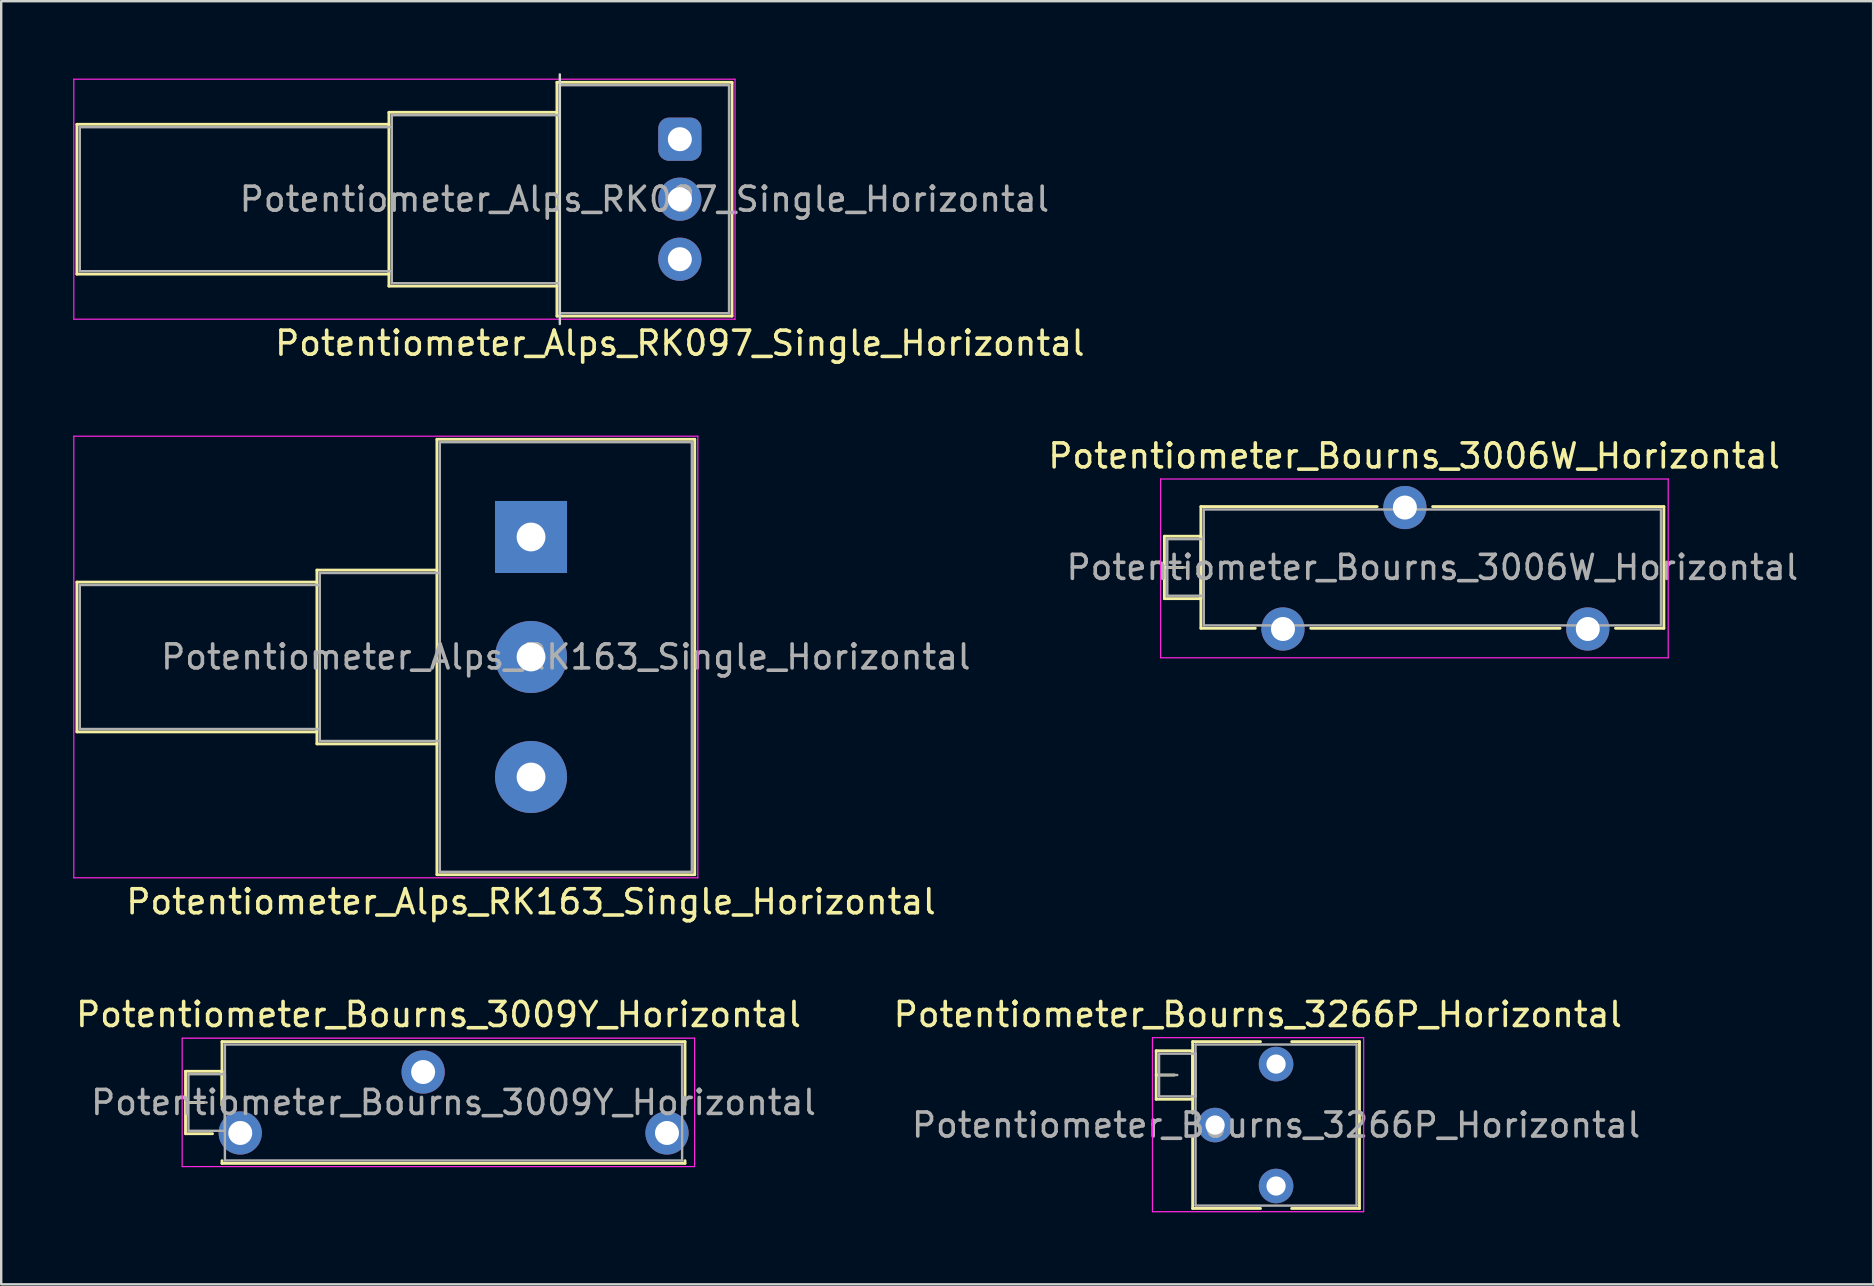
<source format=kicad_pcb>
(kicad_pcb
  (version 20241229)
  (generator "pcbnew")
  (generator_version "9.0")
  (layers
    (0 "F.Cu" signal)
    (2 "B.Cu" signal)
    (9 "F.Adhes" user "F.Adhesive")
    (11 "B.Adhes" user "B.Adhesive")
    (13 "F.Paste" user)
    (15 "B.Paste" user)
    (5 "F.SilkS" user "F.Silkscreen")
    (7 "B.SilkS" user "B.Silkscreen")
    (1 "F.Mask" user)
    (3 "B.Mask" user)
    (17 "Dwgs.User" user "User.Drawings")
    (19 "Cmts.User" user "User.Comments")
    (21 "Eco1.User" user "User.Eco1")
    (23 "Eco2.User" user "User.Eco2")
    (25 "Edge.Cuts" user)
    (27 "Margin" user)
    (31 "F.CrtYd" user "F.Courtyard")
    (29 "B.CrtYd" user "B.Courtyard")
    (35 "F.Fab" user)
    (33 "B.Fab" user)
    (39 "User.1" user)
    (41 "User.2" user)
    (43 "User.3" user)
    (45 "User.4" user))
  (footprint "Potentiometer_Alps_RK163_Single_Horizontal"
    (layer "F.Cu")
    (at 19.075 19.323)
    (property "Reference" "Potentiometer_Alps_RK163_Single_Horizontal" (at 0 15.2 180) (layer "F.SilkS") (effects (font (size 1 1) (thickness 0.15))))
    (attr through_hole)
    (fp_line (start -18.92 8.12) (end -18.92 1.88) (stroke (width 0.12) (type solid)) (layer "F.SilkS"))
    (fp_line (start -8.92 1.88) (end -18.92 1.88) (stroke (width 0.12) (type solid)) (layer "F.SilkS"))
    (fp_line (start -8.92 8.12) (end -18.92 8.12) (stroke (width 0.12) (type solid)) (layer "F.SilkS"))
    (fp_line (start -8.92 8.62) (end -8.92 1.38) (stroke (width 0.12) (type solid)) (layer "F.SilkS"))
    (fp_line (start -3.92 1.38) (end -8.92 1.38) (stroke (width 0.12) (type solid)) (layer "F.SilkS"))
    (fp_line (start -3.92 8.62) (end -8.92 8.62) (stroke (width 0.12) (type solid)) (layer "F.SilkS"))
    (fp_line (start -3.92 14.07) (end -3.92 -4.07) (stroke (width 0.12) (type solid)) (layer "F.SilkS"))
    (fp_line (start 6.82 -4.07) (end -3.92 -4.07) (stroke (width 0.12) (type solid)) (layer "F.SilkS"))
    (fp_line (start 6.82 14.07) (end -3.92 14.07) (stroke (width 0.12) (type solid)) (layer "F.SilkS"))
    (fp_line (start 6.82 14.07) (end 6.82 -4.07) (stroke (width 0.12) (type solid)) (layer "F.SilkS"))
    (fp_line (start -19.05 -4.2) (end -19.05 14.2) (stroke (width 0.05) (type solid)) (layer "F.CrtYd"))
    (fp_line (start -19.05 14.2) (end 6.95 14.2) (stroke (width 0.05) (type solid)) (layer "F.CrtYd"))
    (fp_line (start 6.95 -4.2) (end -19.05 -4.2) (stroke (width 0.05) (type solid)) (layer "F.CrtYd"))
    (fp_line (start 6.95 14.2) (end 6.95 -4.2) (stroke (width 0.05) (type solid)) (layer "F.CrtYd"))
    (fp_line (start -18.8 2) (end -18.8 8) (stroke (width 0.1) (type solid)) (layer "F.Fab"))
    (fp_line (start -18.8 8) (end -8.8 8) (stroke (width 0.1) (type solid)) (layer "F.Fab"))
    (fp_line (start -8.8 1.5) (end -8.8 8.5) (stroke (width 0.1) (type solid)) (layer "F.Fab"))
    (fp_line (start -8.8 2) (end -18.8 2) (stroke (width 0.1) (type solid)) (layer "F.Fab"))
    (fp_line (start -8.8 8.5) (end -3.8 8.5) (stroke (width 0.1) (type solid)) (layer "F.Fab"))
    (fp_line (start -3.8 -3.95) (end -3.8 13.95) (stroke (width 0.1) (type solid)) (layer "F.Fab"))
    (fp_line (start -3.8 1.5) (end -8.8 1.5) (stroke (width 0.1) (type solid)) (layer "F.Fab"))
    (fp_line (start -3.8 13.95) (end 6.7 13.95) (stroke (width 0.1) (type solid)) (layer "F.Fab"))
    (fp_line (start 6.7 -3.95) (end -3.8 -3.95) (stroke (width 0.1) (type solid)) (layer "F.Fab"))
    (fp_line (start 6.7 13.95) (end 6.7 -3.95) (stroke (width 0.1) (type solid)) (layer "F.Fab"))
    (fp_text user "${REFERENCE}" (at 1.45 5 180) (layer "F.Fab") (effects (font (size 1 1) (thickness 0.15))))
    (pad "1" thru_hole rect (at 0 0 180) (size 3 3) (drill 1.2) (layers "*.Cu" "*.Mask"))
    (pad "2" thru_hole circle (at 0 5 180) (size 3 3) (drill 1.2) (layers "*.Cu" "*.Mask"))
    (pad "3" thru_hole circle (at 0 10 180) (size 3 3) (drill 1.2) (layers "*.Cu" "*.Mask")))
  (footprint "Potentiometer_Alps_RK097_Single_Horizontal"
    (layer "F.Cu")
    (at 25.275 2.75)
    (property "Reference" "Potentiometer_Alps_RK097_Single_Horizontal" (at 0 8.5 180) (layer "F.SilkS") (effects (font (size 1 1) (thickness 0.15))))
    (attr through_hole)
    (fp_line (start -25.12 5.62) (end -25.12 -0.62) (stroke (width 0.12) (type solid)) (layer "F.SilkS"))
    (fp_line (start -12.12 -0.62) (end -25.12 -0.62) (stroke (width 0.12) (type solid)) (layer "F.SilkS"))
    (fp_line (start -12.12 5.62) (end -25.12 5.62) (stroke (width 0.12) (type solid)) (layer "F.SilkS"))
    (fp_line (start -12.12 6.12) (end -12.12 -1.12) (stroke (width 0.12) (type solid)) (layer "F.SilkS"))
    (fp_line (start -5.12 -1.12) (end -12.12 -1.12) (stroke (width 0.12) (type solid)) (layer "F.SilkS"))
    (fp_line (start -5.12 6.12) (end -12.12 6.12) (stroke (width 0.12) (type solid)) (layer "F.SilkS"))
    (fp_line (start -5.12 7.37) (end -5.12 -2.37) (stroke (width 0.12) (type solid)) (layer "F.SilkS"))
    (fp_line (start 2.175 -2.37) (end -5.12 -2.37) (stroke (width 0.12) (type solid)) (layer "F.SilkS"))
    (fp_line (start 2.175 7.37) (end -5.12 7.37) (stroke (width 0.12) (type solid)) (layer "F.SilkS"))
    (fp_line (start 2.175 7.37) (end 2.175 -2.37) (stroke (width 0.12) (type solid)) (layer "F.SilkS"))
    (fp_line (start -5 -2.7) (end -5 7.7) (stroke (width 0.1) (type solid)) (layer "Edge.Cuts"))
    (fp_line (start -25.25 -2.5) (end -25.25 7.5) (stroke (width 0.05) (type solid)) (layer "F.CrtYd"))
    (fp_line (start -25.25 7.5) (end 2.3 7.5) (stroke (width 0.05) (type solid)) (layer "F.CrtYd"))
    (fp_line (start 2.3 -2.5) (end -25.25 -2.5) (stroke (width 0.05) (type solid)) (layer "F.CrtYd"))
    (fp_line (start 2.3 7.5) (end 2.3 -2.5) (stroke (width 0.05) (type solid)) (layer "F.CrtYd"))
    (fp_line (start -25 -0.5) (end -25 5.5) (stroke (width 0.1) (type solid)) (layer "F.Fab"))
    (fp_line (start -25 5.5) (end -12 5.5) (stroke (width 0.1) (type solid)) (layer "F.Fab"))
    (fp_line (start -12 -1) (end -12 6) (stroke (width 0.1) (type solid)) (layer "F.Fab"))
    (fp_line (start -12 -0.5) (end -25 -0.5) (stroke (width 0.1) (type solid)) (layer "F.Fab"))
    (fp_line (start -12 6) (end -5 6) (stroke (width 0.1) (type solid)) (layer "F.Fab"))
    (fp_line (start -5 -2.25) (end -5 7.25) (stroke (width 0.1) (type solid)) (layer "F.Fab"))
    (fp_line (start -5 -1) (end -12 -1) (stroke (width 0.1) (type solid)) (layer "F.Fab"))
    (fp_line (start -5 7.25) (end 2.05 7.25) (stroke (width 0.1) (type solid)) (layer "F.Fab"))
    (fp_line (start 2.05 -2.25) (end -5 -2.25) (stroke (width 0.1) (type solid)) (layer "F.Fab"))
    (fp_line (start 2.05 7.25) (end 2.05 -2.25) (stroke (width 0.1) (type solid)) (layer "F.Fab"))
    (fp_text user "${REFERENCE}" (at -1.475 2.5 180) (layer "F.Fab") (effects (font (size 1 1) (thickness 0.15))))
    (pad "1" thru_hole roundrect (at 0 0 180) (size 1.8 1.8) (drill 1) (layers "*.Cu" "*.Mask") (roundrect_rratio 0.25))
    (pad "2" thru_hole circle (at 0 2.5 180) (size 1.8 1.8) (drill 1) (layers "*.Cu" "*.Mask"))
    (pad "3" thru_hole circle (at 0 5 180) (size 1.8 1.8) (drill 1) (layers "*.Cu" "*.Mask")))
  (footprint "Potentiometer_Bourns_3006W_Horizontal"
    (layer "F.Cu")
    (at 63.105 23.157)
    (property "Reference" "Potentiometer_Bourns_3006W_Horizontal" (at -7.235 -7.21 0) (layer "F.SilkS") (effects (font (size 1 1) (thickness 0.15))))
    (attr through_hole)
    (fp_line (start -17.64 -3.864) (end -17.64 -1.265) (stroke (width 0.12) (type solid)) (layer "F.SilkS"))
    (fp_line (start -17.64 -3.864) (end -16.121 -3.864) (stroke (width 0.12) (type solid)) (layer "F.SilkS"))
    (fp_line (start -17.64 -2.565) (end -16.881 -2.565) (stroke (width 0.12) (type solid)) (layer "F.SilkS"))
    (fp_line (start -17.64 -1.265) (end -16.121 -1.265) (stroke (width 0.12) (type solid)) (layer "F.SilkS"))
    (fp_line (start -16.121 -3.864) (end -16.121 -1.265) (stroke (width 0.12) (type solid)) (layer "F.SilkS"))
    (fp_line (start -16.12 -5.1) (end -16.12 -0.03) (stroke (width 0.12) (type solid)) (layer "F.SilkS"))
    (fp_line (start -16.12 -5.1) (end -8.775 -5.1) (stroke (width 0.12) (type solid)) (layer "F.SilkS"))
    (fp_line (start -16.12 -0.03) (end -13.854 -0.03) (stroke (width 0.12) (type solid)) (layer "F.SilkS"))
    (fp_line (start -11.544 -0.03) (end -1.155 -0.03) (stroke (width 0.12) (type solid)) (layer "F.SilkS"))
    (fp_line (start -6.465 -5.1) (end 3.17 -5.1) (stroke (width 0.12) (type solid)) (layer "F.SilkS"))
    (fp_line (start 1.155 -0.03) (end 3.17 -0.03) (stroke (width 0.12) (type solid)) (layer "F.SilkS"))
    (fp_line (start 3.17 -5.1) (end 3.17 -0.03) (stroke (width 0.12) (type solid)) (layer "F.SilkS"))
    (fp_line (start -17.8 -6.25) (end -17.8 1.2) (stroke (width 0.05) (type solid)) (layer "F.CrtYd"))
    (fp_line (start -17.8 1.2) (end 3.35 1.2) (stroke (width 0.05) (type solid)) (layer "F.CrtYd"))
    (fp_line (start 3.35 -6.25) (end -17.8 -6.25) (stroke (width 0.05) (type solid)) (layer "F.CrtYd"))
    (fp_line (start 3.35 1.2) (end 3.35 -6.25) (stroke (width 0.05) (type solid)) (layer "F.CrtYd"))
    (fp_line (start -17.52 -3.745) (end -17.52 -1.385) (stroke (width 0.1) (type solid)) (layer "F.Fab"))
    (fp_line (start -17.52 -2.565) (end -16.76 -2.565) (stroke (width 0.1) (type solid)) (layer "F.Fab"))
    (fp_line (start -17.52 -1.385) (end -16 -1.385) (stroke (width 0.1) (type solid)) (layer "F.Fab"))
    (fp_line (start -16 -4.98) (end -16 -0.15) (stroke (width 0.1) (type solid)) (layer "F.Fab"))
    (fp_line (start -16 -3.745) (end -17.52 -3.745) (stroke (width 0.1) (type solid)) (layer "F.Fab"))
    (fp_line (start -16 -1.385) (end -16 -3.745) (stroke (width 0.1) (type solid)) (layer "F.Fab"))
    (fp_line (start -16 -0.15) (end 3.05 -0.15) (stroke (width 0.1) (type solid)) (layer "F.Fab"))
    (fp_line (start 3.05 -4.98) (end -16 -4.98) (stroke (width 0.1) (type solid)) (layer "F.Fab"))
    (fp_line (start 3.05 -0.15) (end 3.05 -4.98) (stroke (width 0.1) (type solid)) (layer "F.Fab"))
    (fp_text user "${REFERENCE}" (at -6.475 -2.565 0) (layer "F.Fab") (effects (font (size 1 1) (thickness 0.15))))
    (pad "1" thru_hole circle (at 0 0) (size 1.8 1.8) (drill 1) (layers "*.Cu" "*.Mask"))
    (pad "2" thru_hole circle (at -7.62 -5.06) (size 1.8 1.8) (drill 1) (layers "*.Cu" "*.Mask"))
    (pad "3" thru_hole circle (at -12.7 0) (size 1.8 1.8) (drill 1) (layers "*.Cu" "*.Mask")))
  (footprint "Potentiometer_Bourns_3266P_Horizontal"
    (layer "F.Cu")
    (at 50.117 41.285)
    (property "Reference" "Potentiometer_Bourns_3266P_Horizontal" (at -0.76 -2.065 0) (layer "F.SilkS") (effects (font (size 1 1) (thickness 0.15))))
    (attr through_hole)
    (fp_line (start -4.995 -0.555) (end -4.995 1.465) (stroke (width 0.12) (type solid)) (layer "F.SilkS"))
    (fp_line (start -4.995 -0.555) (end -3.476 -0.555) (stroke (width 0.12) (type solid)) (layer "F.SilkS"))
    (fp_line (start -4.995 0.455) (end -4.236 0.455) (stroke (width 0.12) (type solid)) (layer "F.SilkS"))
    (fp_line (start -4.995 1.465) (end -3.476 1.465) (stroke (width 0.12) (type solid)) (layer "F.SilkS"))
    (fp_line (start -3.476 -0.555) (end -3.476 1.465) (stroke (width 0.12) (type solid)) (layer "F.SilkS"))
    (fp_line (start -3.475 -0.935) (end -3.475 2.045) (stroke (width 0.12) (type solid)) (layer "F.SilkS"))
    (fp_line (start -3.475 -0.935) (end -0.649 -0.935) (stroke (width 0.12) (type solid)) (layer "F.SilkS"))
    (fp_line (start -3.475 3.036) (end -3.475 6.015) (stroke (width 0.12) (type solid)) (layer "F.SilkS"))
    (fp_line (start -3.475 6.015) (end -0.649 6.015) (stroke (width 0.12) (type solid)) (layer "F.SilkS"))
    (fp_line (start 0.65 -0.935) (end 3.475 -0.935) (stroke (width 0.12) (type solid)) (layer "F.SilkS"))
    (fp_line (start 0.65 6.015) (end 3.475 6.015) (stroke (width 0.12) (type solid)) (layer "F.SilkS"))
    (fp_line (start 3.475 -0.935) (end 3.475 6.015) (stroke (width 0.12) (type solid)) (layer "F.SilkS"))
    (fp_line (start -5.15 -1.1) (end -5.15 6.15) (stroke (width 0.05) (type solid)) (layer "F.CrtYd"))
    (fp_line (start -5.15 6.15) (end 3.65 6.15) (stroke (width 0.05) (type solid)) (layer "F.CrtYd"))
    (fp_line (start 3.65 -1.1) (end -5.15 -1.1) (stroke (width 0.05) (type solid)) (layer "F.CrtYd"))
    (fp_line (start 3.65 6.15) (end 3.65 -1.1) (stroke (width 0.05) (type solid)) (layer "F.CrtYd"))
    (fp_line (start -4.875 -0.435) (end -4.875 1.345) (stroke (width 0.1) (type solid)) (layer "F.Fab"))
    (fp_line (start -4.875 0.455) (end -4.115 0.455) (stroke (width 0.1) (type solid)) (layer "F.Fab"))
    (fp_line (start -4.875 1.345) (end -3.355 1.345) (stroke (width 0.1) (type solid)) (layer "F.Fab"))
    (fp_line (start -3.355 -0.815) (end -3.355 5.895) (stroke (width 0.1) (type solid)) (layer "F.Fab"))
    (fp_line (start -3.355 -0.435) (end -4.875 -0.435) (stroke (width 0.1) (type solid)) (layer "F.Fab"))
    (fp_line (start -3.355 1.345) (end -3.355 -0.435) (stroke (width 0.1) (type solid)) (layer "F.Fab"))
    (fp_line (start -3.355 5.895) (end 3.355 5.895) (stroke (width 0.1) (type solid)) (layer "F.Fab"))
    (fp_line (start 3.355 -0.815) (end -3.355 -0.815) (stroke (width 0.1) (type solid)) (layer "F.Fab"))
    (fp_line (start 3.355 5.895) (end 3.355 -0.815) (stroke (width 0.1) (type solid)) (layer "F.Fab"))
    (fp_text user "${REFERENCE}" (at 0 2.54 0) (layer "F.Fab") (effects (font (size 1 1) (thickness 0.15))))
    (pad "1" thru_hole circle (at 0 0) (size 1.44 1.44) (drill 0.8) (layers "*.Cu" "*.Mask"))
    (pad "2" thru_hole circle (at -2.54 2.54) (size 1.44 1.44) (drill 0.8) (layers "*.Cu" "*.Mask"))
    (pad "3" thru_hole circle (at 0 5.08) (size 1.44 1.44) (drill 0.8) (layers "*.Cu" "*.Mask")))
  (footprint "Potentiometer_Bourns_3009Y_Horizontal"
    (layer "F.Cu")
    (at 24.74 44.155)
    (property "Reference" "Potentiometer_Bourns_3009Y_Horizontal" (at -9.52 -4.935 0) (layer "F.SilkS") (effects (font (size 1 1) (thickness 0.15))))
    (attr through_hole)
    (fp_line (start -20.06 -2.569) (end -20.06 0.03) (stroke (width 0.12) (type solid)) (layer "F.SilkS"))
    (fp_line (start -20.06 -2.569) (end -18.541 -2.569) (stroke (width 0.12) (type solid)) (layer "F.SilkS"))
    (fp_line (start -20.06 -1.27) (end -19.301 -1.27) (stroke (width 0.12) (type solid)) (layer "F.SilkS"))
    (fp_line (start -20.06 0.03) (end -18.935 0.03) (stroke (width 0.12) (type solid)) (layer "F.SilkS"))
    (fp_line (start -18.541 -2.569) (end -18.541 -1.155) (stroke (width 0.12) (type solid)) (layer "F.SilkS"))
    (fp_line (start -18.54 -3.805) (end -18.54 -1.155) (stroke (width 0.12) (type solid)) (layer "F.SilkS"))
    (fp_line (start -18.54 -3.805) (end 0.75 -3.805) (stroke (width 0.12) (type solid)) (layer "F.SilkS"))
    (fp_line (start -18.54 1.155) (end -18.54 1.265) (stroke (width 0.12) (type solid)) (layer "F.SilkS"))
    (fp_line (start -18.54 1.265) (end 0.75 1.265) (stroke (width 0.12) (type solid)) (layer "F.SilkS"))
    (fp_line (start 0.75 -3.805) (end 0.75 -1.155) (stroke (width 0.12) (type solid)) (layer "F.SilkS"))
    (fp_line (start 0.75 1.155) (end 0.75 1.265) (stroke (width 0.12) (type solid)) (layer "F.SilkS"))
    (fp_line (start -20.2 -3.95) (end -20.2 1.4) (stroke (width 0.05) (type solid)) (layer "F.CrtYd"))
    (fp_line (start -20.2 1.4) (end 1.15 1.4) (stroke (width 0.05) (type solid)) (layer "F.CrtYd"))
    (fp_line (start 1.15 -3.95) (end -20.2 -3.95) (stroke (width 0.05) (type solid)) (layer "F.CrtYd"))
    (fp_line (start 1.15 1.4) (end 1.15 -3.95) (stroke (width 0.05) (type solid)) (layer "F.CrtYd"))
    (fp_line (start -19.94 -2.45) (end -19.94 -0.09) (stroke (width 0.1) (type solid)) (layer "F.Fab"))
    (fp_line (start -19.94 -1.27) (end -19.18 -1.27) (stroke (width 0.1) (type solid)) (layer "F.Fab"))
    (fp_line (start -19.94 -0.09) (end -18.42 -0.09) (stroke (width 0.1) (type solid)) (layer "F.Fab"))
    (fp_line (start -18.42 -3.685) (end -18.42 1.145) (stroke (width 0.1) (type solid)) (layer "F.Fab"))
    (fp_line (start -18.42 -2.45) (end -19.94 -2.45) (stroke (width 0.1) (type solid)) (layer "F.Fab"))
    (fp_line (start -18.42 -0.09) (end -18.42 -2.45) (stroke (width 0.1) (type solid)) (layer "F.Fab"))
    (fp_line (start -18.42 1.145) (end 0.63 1.145) (stroke (width 0.1) (type solid)) (layer "F.Fab"))
    (fp_line (start 0.63 -3.685) (end -18.42 -3.685) (stroke (width 0.1) (type solid)) (layer "F.Fab"))
    (fp_line (start 0.63 1.145) (end 0.63 -3.685) (stroke (width 0.1) (type solid)) (layer "F.Fab"))
    (fp_text user "${REFERENCE}" (at -8.895 -1.27 0) (layer "F.Fab") (effects (font (size 1 1) (thickness 0.15))))
    (pad "1" thru_hole circle (at 0 0) (size 1.8 1.8) (drill 1) (layers "*.Cu" "*.Mask"))
    (pad "2" thru_hole circle (at -10.16 -2.54) (size 1.8 1.8) (drill 1) (layers "*.Cu" "*.Mask"))
    (pad "3" thru_hole circle (at -17.78 0) (size 1.8 1.8) (drill 1) (layers "*.Cu" "*.Mask")))
  (gr_rect
    (start -3 -3)
    (end 74.993 50.46)
    (stroke (width 0.1) (type default))
    (fill no)
    (layer "Edge.Cuts")))
</source>
